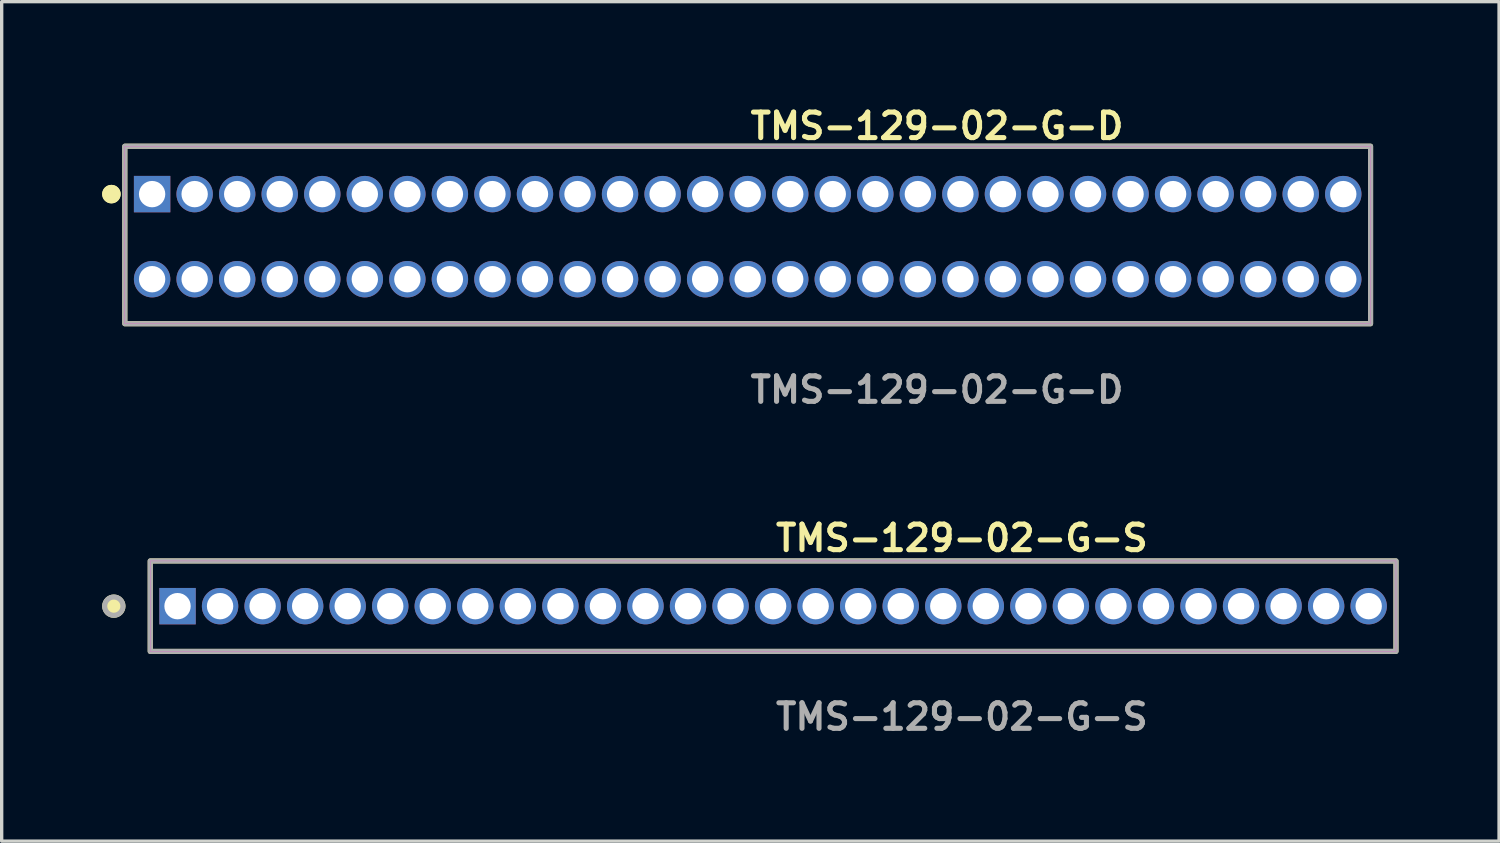
<source format=kicad_pcb>
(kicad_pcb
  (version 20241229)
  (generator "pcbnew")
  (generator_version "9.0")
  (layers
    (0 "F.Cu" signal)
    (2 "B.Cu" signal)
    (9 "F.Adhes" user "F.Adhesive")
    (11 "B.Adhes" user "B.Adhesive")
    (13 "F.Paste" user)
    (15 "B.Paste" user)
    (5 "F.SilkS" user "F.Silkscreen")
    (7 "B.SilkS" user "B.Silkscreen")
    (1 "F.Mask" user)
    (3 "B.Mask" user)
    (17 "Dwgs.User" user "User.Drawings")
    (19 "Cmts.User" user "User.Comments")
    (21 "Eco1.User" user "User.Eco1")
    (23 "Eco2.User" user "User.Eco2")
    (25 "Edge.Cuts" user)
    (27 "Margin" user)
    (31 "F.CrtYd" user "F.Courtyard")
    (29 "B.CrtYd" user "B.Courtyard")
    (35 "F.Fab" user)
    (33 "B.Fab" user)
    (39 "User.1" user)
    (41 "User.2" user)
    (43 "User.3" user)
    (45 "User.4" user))
  (footprint "TMS-129-02-G-D"
    (layer "F.Cu")
    (at 19.271 4.015)
    (property "Reference" "TMS-129-02-G-D" (at 0 -3.302 0) (unlocked yes) (layer "F.SilkS") (effects (font (size 0.762 0.762) (thickness 0.152)) (justify left)))
    (fp_rect (start -18.595 2.6) (end 18.595 -2.7) (stroke (width 0.152) (type solid)) (fill no) (layer "F.SilkS"))
    (fp_circle (center -18.995 -1.27) (end -19.195 -1.27) (stroke (width 0.152) (type solid)) (fill yes) (layer "F.SilkS"))
    (fp_circle (center -18.995 -1.27) (end -19.195 -1.27) (stroke (width 0.152) (type solid)) (fill yes) (layer "F.SilkS"))
    (fp_rect (start -18.595 2.6) (end 18.595 -2.7) (stroke (width 0.006) (type solid)) (fill no) (layer "F.CrtYd"))
    (fp_rect (start -18.595 2.6) (end 18.595 -2.7) (stroke (width 0.152) (type solid)) (fill no) (layer "F.Fab"))
    (fp_text user "${REFERENCE}" (at 0 4.572 0) (unlocked yes) (layer "F.Fab") (effects (font (size 0.762 0.762) (thickness 0.152)) (justify left)))
    (pad "1" thru_hole rect (at -17.78 -1.27) (size 1.087 1.087) (drill 0.787) (layers "*.Cu" "*.Mask"))
    (pad "2" thru_hole circle (at -17.78 1.27) (size 1.087 1.087) (drill 0.787) (layers "*.Cu" "*.Mask"))
    (pad "3" thru_hole circle (at -16.51 -1.27) (size 1.087 1.087) (drill 0.787) (layers "*.Cu" "*.Mask"))
    (pad "4" thru_hole circle (at -16.51 1.27) (size 1.087 1.087) (drill 0.787) (layers "*.Cu" "*.Mask"))
    (pad "5" thru_hole circle (at -15.24 -1.27) (size 1.087 1.087) (drill 0.787) (layers "*.Cu" "*.Mask"))
    (pad "6" thru_hole circle (at -15.24 1.27) (size 1.087 1.087) (drill 0.787) (layers "*.Cu" "*.Mask"))
    (pad "7" thru_hole circle (at -13.97 -1.27) (size 1.087 1.087) (drill 0.787) (layers "*.Cu" "*.Mask"))
    (pad "8" thru_hole circle (at -13.97 1.27) (size 1.087 1.087) (drill 0.787) (layers "*.Cu" "*.Mask"))
    (pad "9" thru_hole circle (at -12.7 -1.27) (size 1.087 1.087) (drill 0.787) (layers "*.Cu" "*.Mask"))
    (pad "10" thru_hole circle (at -12.7 1.27) (size 1.087 1.087) (drill 0.787) (layers "*.Cu" "*.Mask"))
    (pad "11" thru_hole circle (at -11.43 -1.27) (size 1.087 1.087) (drill 0.787) (layers "*.Cu" "*.Mask"))
    (pad "12" thru_hole circle (at -11.43 1.27) (size 1.087 1.087) (drill 0.787) (layers "*.Cu" "*.Mask"))
    (pad "13" thru_hole circle (at -10.16 -1.27) (size 1.087 1.087) (drill 0.787) (layers "*.Cu" "*.Mask"))
    (pad "14" thru_hole circle (at -10.16 1.27) (size 1.087 1.087) (drill 0.787) (layers "*.Cu" "*.Mask"))
    (pad "15" thru_hole circle (at -8.89 -1.27) (size 1.087 1.087) (drill 0.787) (layers "*.Cu" "*.Mask"))
    (pad "16" thru_hole circle (at -8.89 1.27) (size 1.087 1.087) (drill 0.787) (layers "*.Cu" "*.Mask"))
    (pad "17" thru_hole circle (at -7.62 -1.27) (size 1.087 1.087) (drill 0.787) (layers "*.Cu" "*.Mask"))
    (pad "18" thru_hole circle (at -7.62 1.27) (size 1.087 1.087) (drill 0.787) (layers "*.Cu" "*.Mask"))
    (pad "19" thru_hole circle (at -6.35 -1.27) (size 1.087 1.087) (drill 0.787) (layers "*.Cu" "*.Mask"))
    (pad "20" thru_hole circle (at -6.35 1.27) (size 1.087 1.087) (drill 0.787) (layers "*.Cu" "*.Mask"))
    (pad "21" thru_hole circle (at -5.08 -1.27) (size 1.087 1.087) (drill 0.787) (layers "*.Cu" "*.Mask"))
    (pad "22" thru_hole circle (at -5.08 1.27) (size 1.087 1.087) (drill 0.787) (layers "*.Cu" "*.Mask"))
    (pad "23" thru_hole circle (at -3.81 -1.27) (size 1.087 1.087) (drill 0.787) (layers "*.Cu" "*.Mask"))
    (pad "24" thru_hole circle (at -3.81 1.27) (size 1.087 1.087) (drill 0.787) (layers "*.Cu" "*.Mask"))
    (pad "25" thru_hole circle (at -2.54 -1.27) (size 1.087 1.087) (drill 0.787) (layers "*.Cu" "*.Mask"))
    (pad "26" thru_hole circle (at -2.54 1.27) (size 1.087 1.087) (drill 0.787) (layers "*.Cu" "*.Mask"))
    (pad "27" thru_hole circle (at -1.27 -1.27) (size 1.087 1.087) (drill 0.787) (layers "*.Cu" "*.Mask"))
    (pad "28" thru_hole circle (at -1.27 1.27) (size 1.087 1.087) (drill 0.787) (layers "*.Cu" "*.Mask"))
    (pad "29" thru_hole circle (at 0 -1.27) (size 1.087 1.087) (drill 0.787) (layers "*.Cu" "*.Mask"))
    (pad "30" thru_hole circle (at 0 1.27) (size 1.087 1.087) (drill 0.787) (layers "*.Cu" "*.Mask"))
    (pad "31" thru_hole circle (at 1.27 -1.27) (size 1.087 1.087) (drill 0.787) (layers "*.Cu" "*.Mask"))
    (pad "32" thru_hole circle (at 1.27 1.27) (size 1.087 1.087) (drill 0.787) (layers "*.Cu" "*.Mask"))
    (pad "33" thru_hole circle (at 2.54 -1.27) (size 1.087 1.087) (drill 0.787) (layers "*.Cu" "*.Mask"))
    (pad "34" thru_hole circle (at 2.54 1.27) (size 1.087 1.087) (drill 0.787) (layers "*.Cu" "*.Mask"))
    (pad "35" thru_hole circle (at 3.81 -1.27) (size 1.087 1.087) (drill 0.787) (layers "*.Cu" "*.Mask"))
    (pad "36" thru_hole circle (at 3.81 1.27) (size 1.087 1.087) (drill 0.787) (layers "*.Cu" "*.Mask"))
    (pad "37" thru_hole circle (at 5.08 -1.27) (size 1.087 1.087) (drill 0.787) (layers "*.Cu" "*.Mask"))
    (pad "38" thru_hole circle (at 5.08 1.27) (size 1.087 1.087) (drill 0.787) (layers "*.Cu" "*.Mask"))
    (pad "39" thru_hole circle (at 6.35 -1.27) (size 1.087 1.087) (drill 0.787) (layers "*.Cu" "*.Mask"))
    (pad "40" thru_hole circle (at 6.35 1.27) (size 1.087 1.087) (drill 0.787) (layers "*.Cu" "*.Mask"))
    (pad "41" thru_hole circle (at 7.62 -1.27) (size 1.087 1.087) (drill 0.787) (layers "*.Cu" "*.Mask"))
    (pad "42" thru_hole circle (at 7.62 1.27) (size 1.087 1.087) (drill 0.787) (layers "*.Cu" "*.Mask"))
    (pad "43" thru_hole circle (at 8.89 -1.27) (size 1.087 1.087) (drill 0.787) (layers "*.Cu" "*.Mask"))
    (pad "44" thru_hole circle (at 8.89 1.27) (size 1.087 1.087) (drill 0.787) (layers "*.Cu" "*.Mask"))
    (pad "45" thru_hole circle (at 10.16 -1.27) (size 1.087 1.087) (drill 0.787) (layers "*.Cu" "*.Mask"))
    (pad "46" thru_hole circle (at 10.16 1.27) (size 1.087 1.087) (drill 0.787) (layers "*.Cu" "*.Mask"))
    (pad "47" thru_hole circle (at 11.43 -1.27) (size 1.087 1.087) (drill 0.787) (layers "*.Cu" "*.Mask"))
    (pad "48" thru_hole circle (at 11.43 1.27) (size 1.087 1.087) (drill 0.787) (layers "*.Cu" "*.Mask"))
    (pad "49" thru_hole circle (at 12.7 -1.27) (size 1.087 1.087) (drill 0.787) (layers "*.Cu" "*.Mask"))
    (pad "50" thru_hole circle (at 12.7 1.27) (size 1.087 1.087) (drill 0.787) (layers "*.Cu" "*.Mask"))
    (pad "51" thru_hole circle (at 13.97 -1.27) (size 1.087 1.087) (drill 0.787) (layers "*.Cu" "*.Mask"))
    (pad "52" thru_hole circle (at 13.97 1.27) (size 1.087 1.087) (drill 0.787) (layers "*.Cu" "*.Mask"))
    (pad "53" thru_hole circle (at 15.24 -1.27) (size 1.087 1.087) (drill 0.787) (layers "*.Cu" "*.Mask"))
    (pad "54" thru_hole circle (at 15.24 1.27) (size 1.087 1.087) (drill 0.787) (layers "*.Cu" "*.Mask"))
    (pad "55" thru_hole circle (at 16.51 -1.27) (size 1.087 1.087) (drill 0.787) (layers "*.Cu" "*.Mask"))
    (pad "56" thru_hole circle (at 16.51 1.27) (size 1.087 1.087) (drill 0.787) (layers "*.Cu" "*.Mask"))
    (pad "57" thru_hole circle (at 17.78 -1.27) (size 1.087 1.087) (drill 0.787) (layers "*.Cu" "*.Mask"))
    (pad "58" thru_hole circle (at 17.78 1.27) (size 1.087 1.087) (drill 0.787) (layers "*.Cu" "*.Mask")))
  (footprint "TMS-129-02-G-S"
    (layer "F.Cu")
    (at 20.03 15.046)
    (property "Reference" "TMS-129-02-G-S" (at 0 -2.032 0) (unlocked yes) (layer "F.SilkS") (effects (font (size 0.762 0.762) (thickness 0.152)) (justify left)))
    (fp_rect (start -18.595 1.35) (end 18.595 -1.35) (stroke (width 0.152) (type solid)) (fill no) (layer "F.SilkS"))
    (fp_circle (center -19.682 0) (end -19.954 0) (stroke (width 0.152) (type solid)) (fill yes) (layer "F.SilkS"))
    (fp_rect (start -18.595 1.35) (end 18.595 -1.35) (stroke (width 0.006) (type solid)) (fill no) (layer "F.CrtYd"))
    (fp_rect (start -18.595 1.35) (end 18.595 -1.35) (stroke (width 0.152) (type solid)) (fill no) (layer "F.Fab"))
    (fp_circle (center -19.682 0) (end -19.954 0) (stroke (width 0.152) (type solid)) (fill no) (layer "F.Fab"))
    (fp_text user "${REFERENCE}" (at 0 3.302 0) (unlocked yes) (layer "F.Fab") (effects (font (size 0.762 0.762) (thickness 0.152)) (justify left)))
    (pad "1" thru_hole rect (at -17.78 0) (size 1.087 1.087) (drill 0.787) (layers "*.Cu" "*.Mask"))
    (pad "2" thru_hole circle (at -16.51 0) (size 1.087 1.087) (drill 0.787) (layers "*.Cu" "*.Mask"))
    (pad "3" thru_hole circle (at -15.24 0) (size 1.087 1.087) (drill 0.787) (layers "*.Cu" "*.Mask"))
    (pad "4" thru_hole circle (at -13.97 0) (size 1.087 1.087) (drill 0.787) (layers "*.Cu" "*.Mask"))
    (pad "5" thru_hole circle (at -12.7 0) (size 1.087 1.087) (drill 0.787) (layers "*.Cu" "*.Mask"))
    (pad "6" thru_hole circle (at -11.43 0) (size 1.087 1.087) (drill 0.787) (layers "*.Cu" "*.Mask"))
    (pad "7" thru_hole circle (at -10.16 0) (size 1.087 1.087) (drill 0.787) (layers "*.Cu" "*.Mask"))
    (pad "8" thru_hole circle (at -8.89 0) (size 1.087 1.087) (drill 0.787) (layers "*.Cu" "*.Mask"))
    (pad "9" thru_hole circle (at -7.62 0) (size 1.087 1.087) (drill 0.787) (layers "*.Cu" "*.Mask"))
    (pad "10" thru_hole circle (at -6.35 0) (size 1.087 1.087) (drill 0.787) (layers "*.Cu" "*.Mask"))
    (pad "11" thru_hole circle (at -5.08 0) (size 1.087 1.087) (drill 0.787) (layers "*.Cu" "*.Mask"))
    (pad "12" thru_hole circle (at -3.81 0) (size 1.087 1.087) (drill 0.787) (layers "*.Cu" "*.Mask"))
    (pad "13" thru_hole circle (at -2.54 0) (size 1.087 1.087) (drill 0.787) (layers "*.Cu" "*.Mask"))
    (pad "14" thru_hole circle (at -1.27 0) (size 1.087 1.087) (drill 0.787) (layers "*.Cu" "*.Mask"))
    (pad "15" thru_hole circle (at 0 0) (size 1.087 1.087) (drill 0.787) (layers "*.Cu" "*.Mask"))
    (pad "16" thru_hole circle (at 1.27 0) (size 1.087 1.087) (drill 0.787) (layers "*.Cu" "*.Mask"))
    (pad "17" thru_hole circle (at 2.54 0) (size 1.087 1.087) (drill 0.787) (layers "*.Cu" "*.Mask"))
    (pad "18" thru_hole circle (at 3.81 0) (size 1.087 1.087) (drill 0.787) (layers "*.Cu" "*.Mask"))
    (pad "19" thru_hole circle (at 5.08 0) (size 1.087 1.087) (drill 0.787) (layers "*.Cu" "*.Mask"))
    (pad "20" thru_hole circle (at 6.35 0) (size 1.087 1.087) (drill 0.787) (layers "*.Cu" "*.Mask"))
    (pad "21" thru_hole circle (at 7.62 0) (size 1.087 1.087) (drill 0.787) (layers "*.Cu" "*.Mask"))
    (pad "22" thru_hole circle (at 8.89 0) (size 1.087 1.087) (drill 0.787) (layers "*.Cu" "*.Mask"))
    (pad "23" thru_hole circle (at 10.16 0) (size 1.087 1.087) (drill 0.787) (layers "*.Cu" "*.Mask"))
    (pad "24" thru_hole circle (at 11.43 0) (size 1.087 1.087) (drill 0.787) (layers "*.Cu" "*.Mask"))
    (pad "25" thru_hole circle (at 12.7 0) (size 1.087 1.087) (drill 0.787) (layers "*.Cu" "*.Mask"))
    (pad "26" thru_hole circle (at 13.97 0) (size 1.087 1.087) (drill 0.787) (layers "*.Cu" "*.Mask"))
    (pad "27" thru_hole circle (at 15.24 0) (size 1.087 1.087) (drill 0.787) (layers "*.Cu" "*.Mask"))
    (pad "28" thru_hole circle (at 16.51 0) (size 1.087 1.087) (drill 0.787) (layers "*.Cu" "*.Mask"))
    (pad "29" thru_hole circle (at 17.78 0) (size 1.087 1.087) (drill 0.787) (layers "*.Cu" "*.Mask")))
  (gr_rect
    (start -3 -3)
    (end 41.702 22.061)
    (stroke (width 0.1) (type default))
    (fill no)
    (layer "Edge.Cuts")))
</source>
